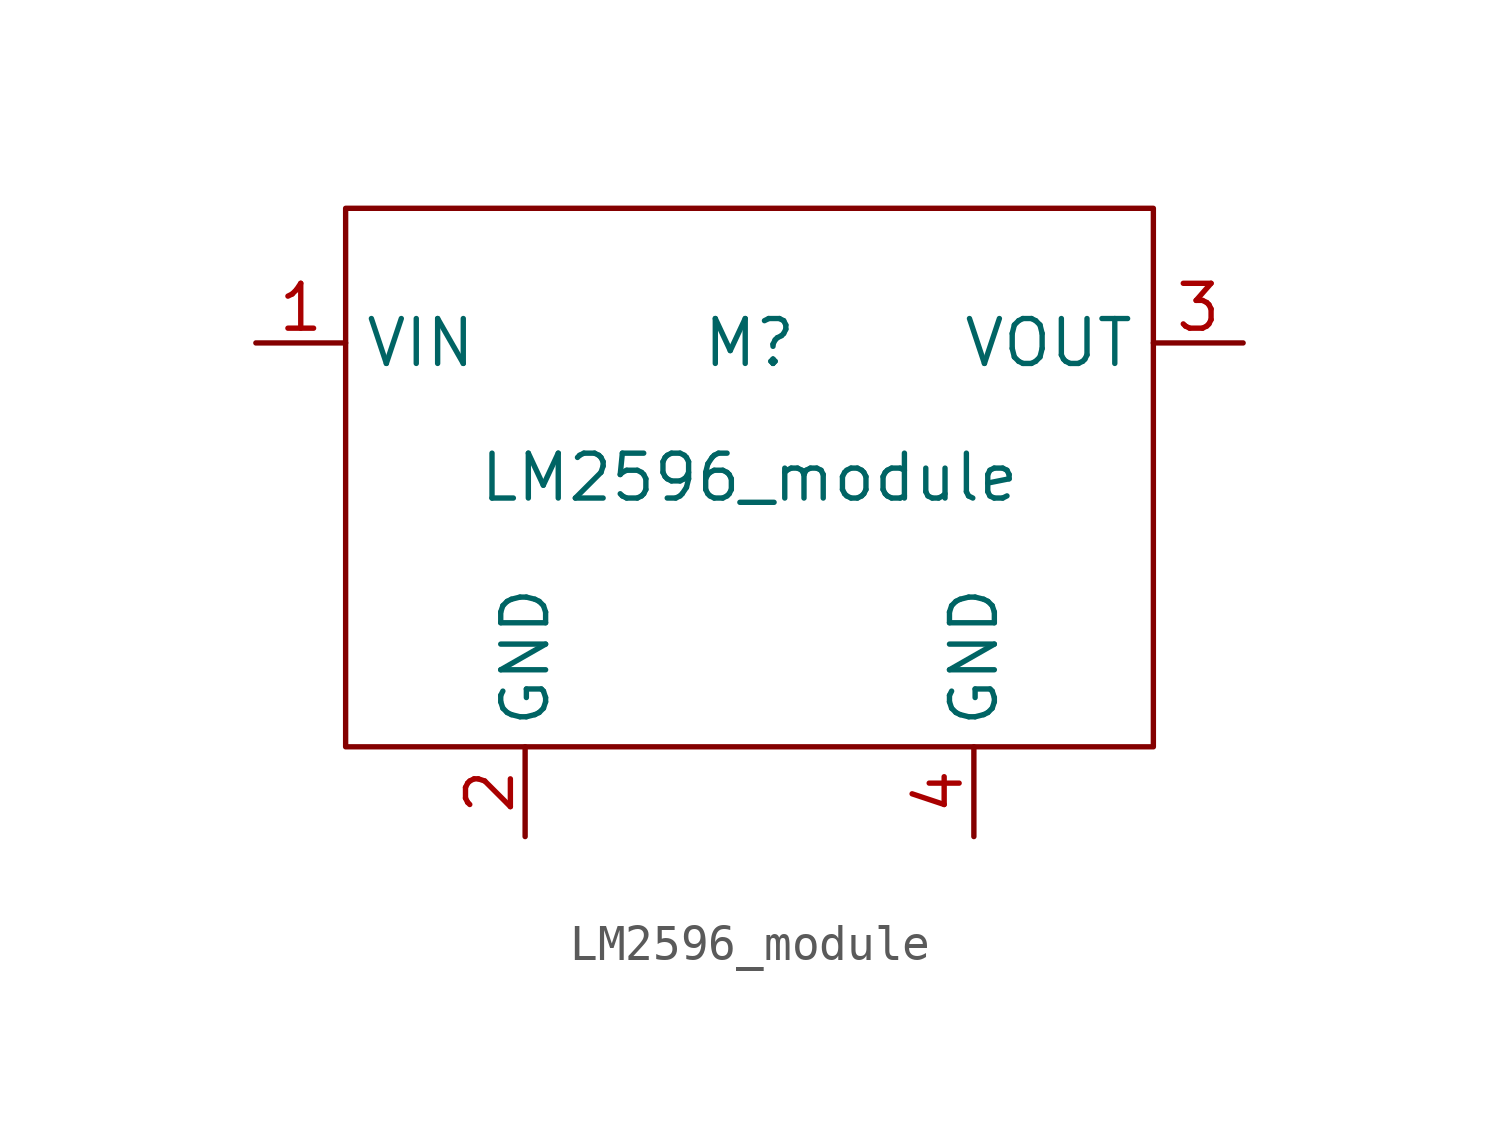
<source format=kicad_sym>
(kicad_symbol_lib
  (version 20211014)
  (generator kicad_symbol_editor)
  (symbol "LM2596_module"
    (property "Reference" "M"
      (at 0 2.54 0)
      (effects (font (size 1.27 1.27))))
    (property "Value" "LM2596_module"
      (at 0 -1.27 0)
      (effects (font (size 1.27 1.27))))
    (symbol "LM2596_module_0_1"
      (rectangle (start -11.43 6.35) (end 11.43 -8.89) (stroke (width 0.152) (type default) (color 0 0 0 0)) (fill (type none))))
    (symbol "LM2596_module_1_1"
      (pin power_in line (at -13.97 2.54 0) (length 2.54) (name "VIN" (effects (font (size 1.27 1.27)))) (number "1" (effects (font (size 1.27 1.27)))))
      (pin power_in line (at -6.35 -11.43 90) (length 2.54) (name "GND" (effects (font (size 1.27 1.27)))) (number "2" (effects (font (size 1.27 1.27)))))
      (pin power_out line (at 13.97 2.54 180) (length 2.54) (name "VOUT" (effects (font (size 1.27 1.27)))) (number "3" (effects (font (size 1.27 1.27)))))
      (pin power_in line (at 6.35 -11.43 90) (length 2.54) (name "GND" (effects (font (size 1.27 1.27)))) (number "4" (effects (font (size 1.27 1.27))))))))
</source>
